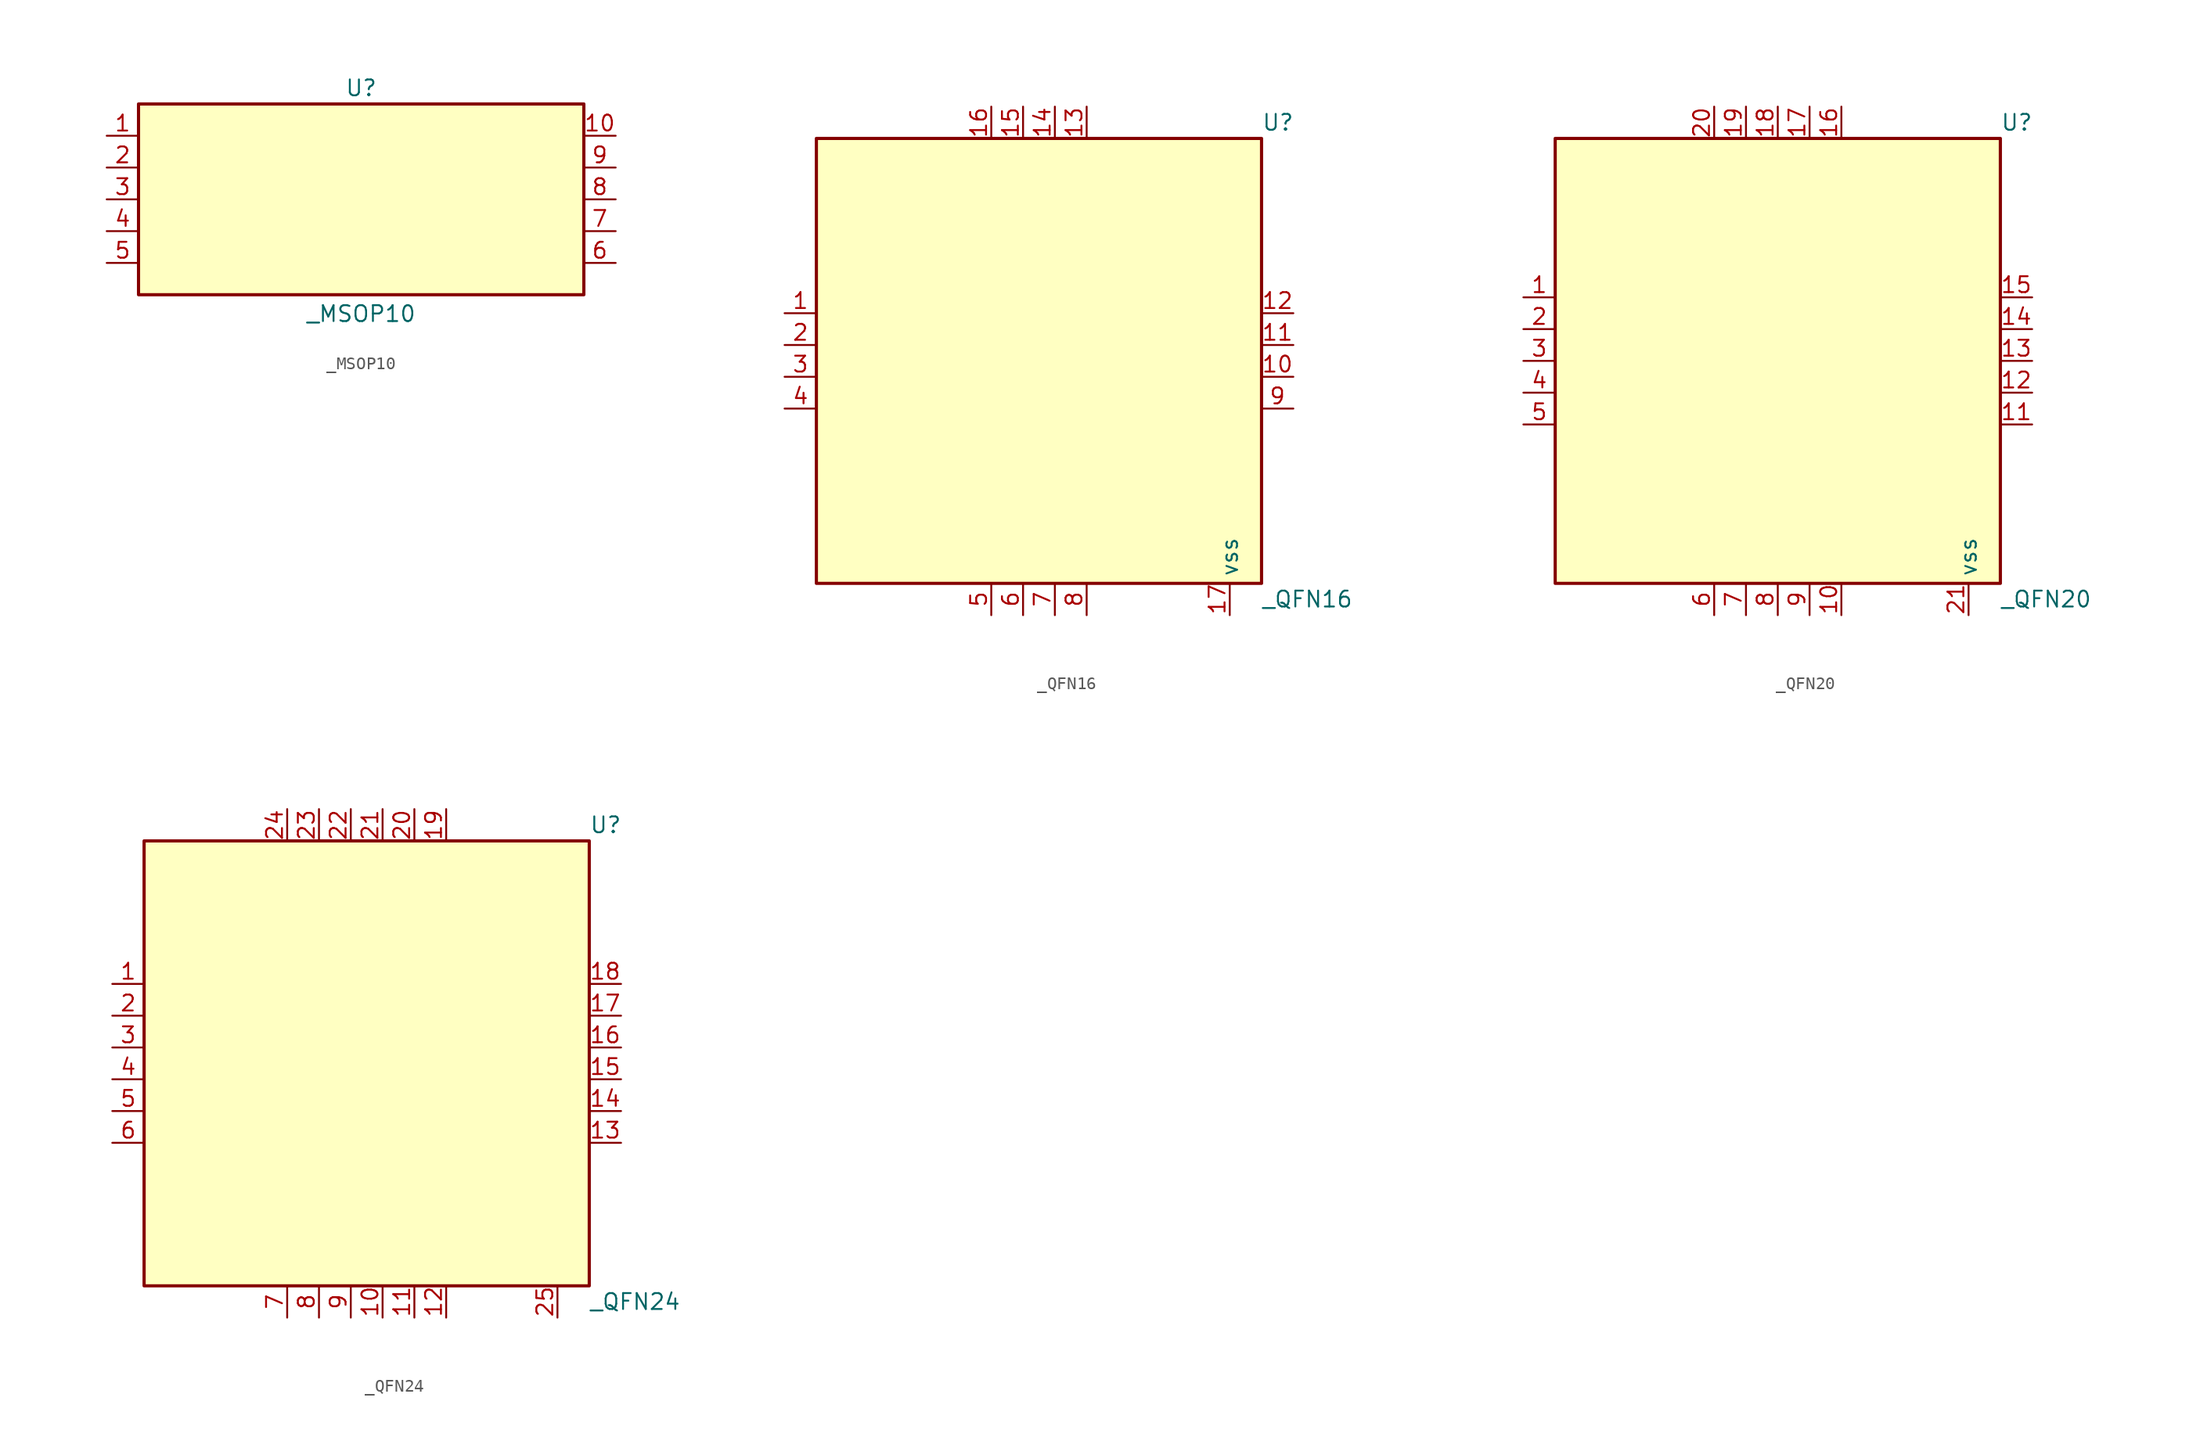
<source format=kicad_sym>
(kicad_symbol_lib
  (version 20241209)
  (generator "kicad_symbol_editor")
  (generator_version "9.0")
  (symbol "_MSOP10"
    (property "Reference" "U"
      (at 0 8.89 0)
      (effects (font (size 1.27 1.27))))
    (property "Value" "_MSOP10"
      (at 0 -9.144 0)
      (effects (font (size 1.27 1.27))))
    (symbol "_MSOP10_0_0"
      (pin unspecified line (at -20.32 5.08 0) (length 2.54) (name "" (effects (font (size 1.27 1.27)))) (number "1" (effects (font (size 1.27 1.27)))))
      (pin unspecified line (at -20.32 2.54 0) (length 2.54) (name "" (effects (font (size 1.27 1.27)))) (number "2" (effects (font (size 1.27 1.27)))))
      (pin unspecified line (at -20.32 0 0) (length 2.54) (name "" (effects (font (size 1.27 1.27)))) (number "3" (effects (font (size 1.27 1.27)))))
      (pin unspecified line (at -20.32 -2.54 0) (length 2.54) (name "" (effects (font (size 1.27 1.27)))) (number "4" (effects (font (size 1.27 1.27)))))
      (pin unspecified line (at -20.32 -5.08 0) (length 2.54) (name "" (effects (font (size 1.27 1.27)))) (number "5" (effects (font (size 1.27 1.27)))))
      (pin unspecified line (at 20.32 5.08 180) (length 2.54) (name "" (effects (font (size 1.27 1.27)))) (number "10" (effects (font (size 1.27 1.27)))))
      (pin unspecified line (at 20.32 2.54 180) (length 2.54) (name "" (effects (font (size 1.27 1.27)))) (number "9" (effects (font (size 1.27 1.27)))))
      (pin unspecified line (at 20.32 0 180) (length 2.54) (name "" (effects (font (size 1.27 1.27)))) (number "8" (effects (font (size 1.27 1.27)))))
      (pin unspecified line (at 20.32 -2.54 180) (length 2.54) (name "" (effects (font (size 1.27 1.27)))) (number "7" (effects (font (size 1.27 1.27)))))
      (pin unspecified line (at 20.32 -5.08 180) (length 2.54) (name "" (effects (font (size 1.27 1.27)))) (number "6" (effects (font (size 1.27 1.27))))))
    (symbol "_MSOP10_1_1"
      (rectangle (start -17.78 7.62) (end 17.78 -7.62) (stroke (width 0.254) (type solid)) (fill (type background)))))
  (symbol "_QFN16"
    (property "Reference" "U"
      (at 17.78 19.05 0)
      (effects (font (size 1.27 1.27)) (justify left)))
    (property "Value" "_QFN16"
      (at 17.78 -19.05 0)
      (effects (font (size 1.27 1.27)) (justify left)))
    (symbol "_QFN16_0_0"
      (pin unspecified line (at -20.32 3.81 0) (length 2.54) (name "" (effects (font (size 1.27 1.27)))) (number "1" (effects (font (size 1.27 1.27)))))
      (pin unspecified line (at -20.32 1.27 0) (length 2.54) (name "" (effects (font (size 1.27 1.27)))) (number "2" (effects (font (size 1.27 1.27)))))
      (pin unspecified line (at -20.32 -1.27 0) (length 2.54) (name "" (effects (font (size 1.27 1.27)))) (number "3" (effects (font (size 1.27 1.27)))))
      (pin unspecified line (at -20.32 -3.81 0) (length 2.54) (name "" (effects (font (size 1.27 1.27)))) (number "4" (effects (font (size 1.27 1.27)))))
      (pin unspecified line (at -3.81 20.32 270) (length 2.54) (name "" (effects (font (size 1.27 1.27)))) (number "16" (effects (font (size 1.27 1.27)))))
      (pin unspecified line (at -3.81 -20.32 90) (length 2.54) (name "" (effects (font (size 1.27 1.27)))) (number "5" (effects (font (size 1.27 1.27)))))
      (pin unspecified line (at -1.27 20.32 270) (length 2.54) (name "" (effects (font (size 1.27 1.27)))) (number "15" (effects (font (size 1.27 1.27)))))
      (pin unspecified line (at -1.27 -20.32 90) (length 2.54) (name "" (effects (font (size 1.27 1.27)))) (number "6" (effects (font (size 1.27 1.27)))))
      (pin unspecified line (at 1.27 20.32 270) (length 2.54) (name "" (effects (font (size 1.27 1.27)))) (number "14" (effects (font (size 1.27 1.27)))))
      (pin unspecified line (at 1.27 -20.32 90) (length 2.54) (name "" (effects (font (size 1.27 1.27)))) (number "7" (effects (font (size 1.27 1.27)))))
      (pin unspecified line (at 3.81 20.32 270) (length 2.54) (name "" (effects (font (size 1.27 1.27)))) (number "13" (effects (font (size 1.27 1.27)))))
      (pin unspecified line (at 3.81 -20.32 90) (length 2.54) (name "" (effects (font (size 1.27 1.27)))) (number "8" (effects (font (size 1.27 1.27)))))
      (pin unspecified line (at 20.32 3.81 180) (length 2.54) (name "" (effects (font (size 1.27 1.27)))) (number "12" (effects (font (size 1.27 1.27)))))
      (pin unspecified line (at 20.32 1.27 180) (length 2.54) (name "" (effects (font (size 1.27 1.27)))) (number "11" (effects (font (size 1.27 1.27)))))
      (pin unspecified line (at 20.32 -1.27 180) (length 2.54) (name "" (effects (font (size 1.27 1.27)))) (number "10" (effects (font (size 1.27 1.27)))))
      (pin unspecified line (at 20.32 -3.81 180) (length 2.54) (name "" (effects (font (size 1.27 1.27)))) (number "9" (effects (font (size 1.27 1.27))))))
    (symbol "_QFN16_1_0"
      (pin unspecified line (at 15.24 -20.32 90) (length 2.54) (name "vss" (effects (font (size 1.27 1.27)))) (number "17" (effects (font (size 1.27 1.27))))))
    (symbol "_QFN16_1_1"
      (rectangle (start -17.78 17.78) (end 17.78 -17.78) (stroke (width 0.254) (type solid)) (fill (type background)))))
  (symbol "_QFN20"
    (property "Reference" "U"
      (at 17.78 19.05 0)
      (effects (font (size 1.27 1.27)) (justify left)))
    (property "Value" "_QFN20"
      (at 17.78 -19.05 0)
      (effects (font (size 1.27 1.27)) (justify left)))
    (symbol "_QFN20_0_0"
      (pin unspecified line (at -20.32 5.08 0) (length 2.54) (name "" (effects (font (size 1.27 1.27)))) (number "1" (effects (font (size 1.27 1.27)))))
      (pin unspecified line (at -20.32 2.54 0) (length 2.54) (name "" (effects (font (size 1.27 1.27)))) (number "2" (effects (font (size 1.27 1.27)))))
      (pin unspecified line (at -20.32 0 0) (length 2.54) (name "" (effects (font (size 1.27 1.27)))) (number "3" (effects (font (size 1.27 1.27)))))
      (pin unspecified line (at -20.32 -2.54 0) (length 2.54) (name "" (effects (font (size 1.27 1.27)))) (number "4" (effects (font (size 1.27 1.27)))))
      (pin unspecified line (at -20.32 -5.08 0) (length 2.54) (name "" (effects (font (size 1.27 1.27)))) (number "5" (effects (font (size 1.27 1.27)))))
      (pin unspecified line (at -5.08 20.32 270) (length 2.54) (name "" (effects (font (size 1.27 1.27)))) (number "20" (effects (font (size 1.27 1.27)))))
      (pin unspecified line (at -5.08 -20.32 90) (length 2.54) (name "" (effects (font (size 1.27 1.27)))) (number "6" (effects (font (size 1.27 1.27)))))
      (pin unspecified line (at -2.54 20.32 270) (length 2.54) (name "" (effects (font (size 1.27 1.27)))) (number "19" (effects (font (size 1.27 1.27)))))
      (pin unspecified line (at -2.54 -20.32 90) (length 2.54) (name "" (effects (font (size 1.27 1.27)))) (number "7" (effects (font (size 1.27 1.27)))))
      (pin unspecified line (at 0 20.32 270) (length 2.54) (name "" (effects (font (size 1.27 1.27)))) (number "18" (effects (font (size 1.27 1.27)))))
      (pin unspecified line (at 0 -20.32 90) (length 2.54) (name "" (effects (font (size 1.27 1.27)))) (number "8" (effects (font (size 1.27 1.27)))))
      (pin unspecified line (at 2.54 20.32 270) (length 2.54) (name "" (effects (font (size 1.27 1.27)))) (number "17" (effects (font (size 1.27 1.27)))))
      (pin unspecified line (at 2.54 -20.32 90) (length 2.54) (name "" (effects (font (size 1.27 1.27)))) (number "9" (effects (font (size 1.27 1.27)))))
      (pin unspecified line (at 5.08 20.32 270) (length 2.54) (name "" (effects (font (size 1.27 1.27)))) (number "16" (effects (font (size 1.27 1.27)))))
      (pin unspecified line (at 5.08 -20.32 90) (length 2.54) (name "" (effects (font (size 1.27 1.27)))) (number "10" (effects (font (size 1.27 1.27)))))
      (pin unspecified line (at 20.32 5.08 180) (length 2.54) (name "" (effects (font (size 1.27 1.27)))) (number "15" (effects (font (size 1.27 1.27)))))
      (pin unspecified line (at 20.32 2.54 180) (length 2.54) (name "" (effects (font (size 1.27 1.27)))) (number "14" (effects (font (size 1.27 1.27)))))
      (pin unspecified line (at 20.32 0 180) (length 2.54) (name "" (effects (font (size 1.27 1.27)))) (number "13" (effects (font (size 1.27 1.27)))))
      (pin unspecified line (at 20.32 -2.54 180) (length 2.54) (name "" (effects (font (size 1.27 1.27)))) (number "12" (effects (font (size 1.27 1.27)))))
      (pin unspecified line (at 20.32 -5.08 180) (length 2.54) (name "" (effects (font (size 1.27 1.27)))) (number "11" (effects (font (size 1.27 1.27))))))
    (symbol "_QFN20_1_0"
      (pin unspecified line (at 15.24 -20.32 90) (length 2.54) (name "vss" (effects (font (size 1.27 1.27)))) (number "21" (effects (font (size 1.27 1.27))))))
    (symbol "_QFN20_1_1"
      (rectangle (start -17.78 17.78) (end 17.78 -17.78) (stroke (width 0.254) (type solid)) (fill (type background)))))
  (symbol "_QFN24"
    (property "Reference" "U"
      (at 17.78 19.05 0)
      (effects (font (size 1.27 1.27)) (justify left)))
    (property "Value" "_QFN24"
      (at 17.78 -19.05 0)
      (effects (font (size 1.27 1.27)) (justify left)))
    (symbol "_QFN24_0_0"
      (pin unspecified line (at -20.32 6.35 0) (length 2.54) (name "" (effects (font (size 1.27 1.27)))) (number "1" (effects (font (size 1.27 1.27)))))
      (pin unspecified line (at -20.32 3.81 0) (length 2.54) (name "" (effects (font (size 1.27 1.27)))) (number "2" (effects (font (size 1.27 1.27)))))
      (pin unspecified line (at -20.32 1.27 0) (length 2.54) (name "" (effects (font (size 1.27 1.27)))) (number "3" (effects (font (size 1.27 1.27)))))
      (pin unspecified line (at -20.32 -1.27 0) (length 2.54) (name "" (effects (font (size 1.27 1.27)))) (number "4" (effects (font (size 1.27 1.27)))))
      (pin unspecified line (at -20.32 -3.81 0) (length 2.54) (name "" (effects (font (size 1.27 1.27)))) (number "5" (effects (font (size 1.27 1.27)))))
      (pin unspecified line (at -20.32 -6.35 0) (length 2.54) (name "" (effects (font (size 1.27 1.27)))) (number "6" (effects (font (size 1.27 1.27)))))
      (pin unspecified line (at -6.35 -20.32 90) (length 2.54) (name "" (effects (font (size 1.27 1.27)))) (number "7" (effects (font (size 1.27 1.27)))))
      (pin unspecified line (at -3.81 20.32 270) (length 2.54) (name "" (effects (font (size 1.27 1.27)))) (number "23" (effects (font (size 1.27 1.27)))))
      (pin unspecified line (at -3.81 -20.32 90) (length 2.54) (name "" (effects (font (size 1.27 1.27)))) (number "8" (effects (font (size 1.27 1.27)))))
      (pin unspecified line (at -1.27 20.32 270) (length 2.54) (name "" (effects (font (size 1.27 1.27)))) (number "22" (effects (font (size 1.27 1.27)))))
      (pin unspecified line (at -1.27 -20.32 90) (length 2.54) (name "" (effects (font (size 1.27 1.27)))) (number "9" (effects (font (size 1.27 1.27)))))
      (pin unspecified line (at 1.27 20.32 270) (length 2.54) (name "" (effects (font (size 1.27 1.27)))) (number "21" (effects (font (size 1.27 1.27)))))
      (pin unspecified line (at 1.27 -20.32 90) (length 2.54) (name "" (effects (font (size 1.27 1.27)))) (number "10" (effects (font (size 1.27 1.27)))))
      (pin unspecified line (at 3.81 20.32 270) (length 2.54) (name "" (effects (font (size 1.27 1.27)))) (number "20" (effects (font (size 1.27 1.27)))))
      (pin unspecified line (at 3.81 -20.32 90) (length 2.54) (name "" (effects (font (size 1.27 1.27)))) (number "11" (effects (font (size 1.27 1.27)))))
      (pin unspecified line (at 6.35 20.32 270) (length 2.54) (name "" (effects (font (size 1.27 1.27)))) (number "19" (effects (font (size 1.27 1.27)))))
      (pin unspecified line (at 6.35 -20.32 90) (length 2.54) (name "" (effects (font (size 1.27 1.27)))) (number "12" (effects (font (size 1.27 1.27)))))
      (pin unspecified line (at 20.32 6.35 180) (length 2.54) (name "" (effects (font (size 1.27 1.27)))) (number "18" (effects (font (size 1.27 1.27)))))
      (pin unspecified line (at 20.32 3.81 180) (length 2.54) (name "" (effects (font (size 1.27 1.27)))) (number "17" (effects (font (size 1.27 1.27)))))
      (pin unspecified line (at 20.32 1.27 180) (length 2.54) (name "" (effects (font (size 1.27 1.27)))) (number "16" (effects (font (size 1.27 1.27)))))
      (pin unspecified line (at 20.32 -1.27 180) (length 2.54) (name "" (effects (font (size 1.27 1.27)))) (number "15" (effects (font (size 1.27 1.27)))))
      (pin unspecified line (at 20.32 -3.81 180) (length 2.54) (name "" (effects (font (size 1.27 1.27)))) (number "14" (effects (font (size 1.27 1.27)))))
      (pin unspecified line (at 20.32 -6.35 180) (length 2.54) (name "" (effects (font (size 1.27 1.27)))) (number "13" (effects (font (size 1.27 1.27))))))
    (symbol "_QFN24_1_0"
      (pin unspecified line (at -6.35 20.32 270) (length 2.54) (name "" (effects (font (size 1.27 1.27)))) (number "24" (effects (font (size 1.27 1.27)))))
      (pin unspecified line (at 15.24 -20.32 90) (length 2.54) (name "" (effects (font (size 1.27 1.27)))) (number "25" (effects (font (size 1.27 1.27))))))
    (symbol "_QFN24_1_1"
      (rectangle (start -17.78 17.78) (end 17.78 -17.78) (stroke (width 0.254) (type solid)) (fill (type background))))))
</source>
